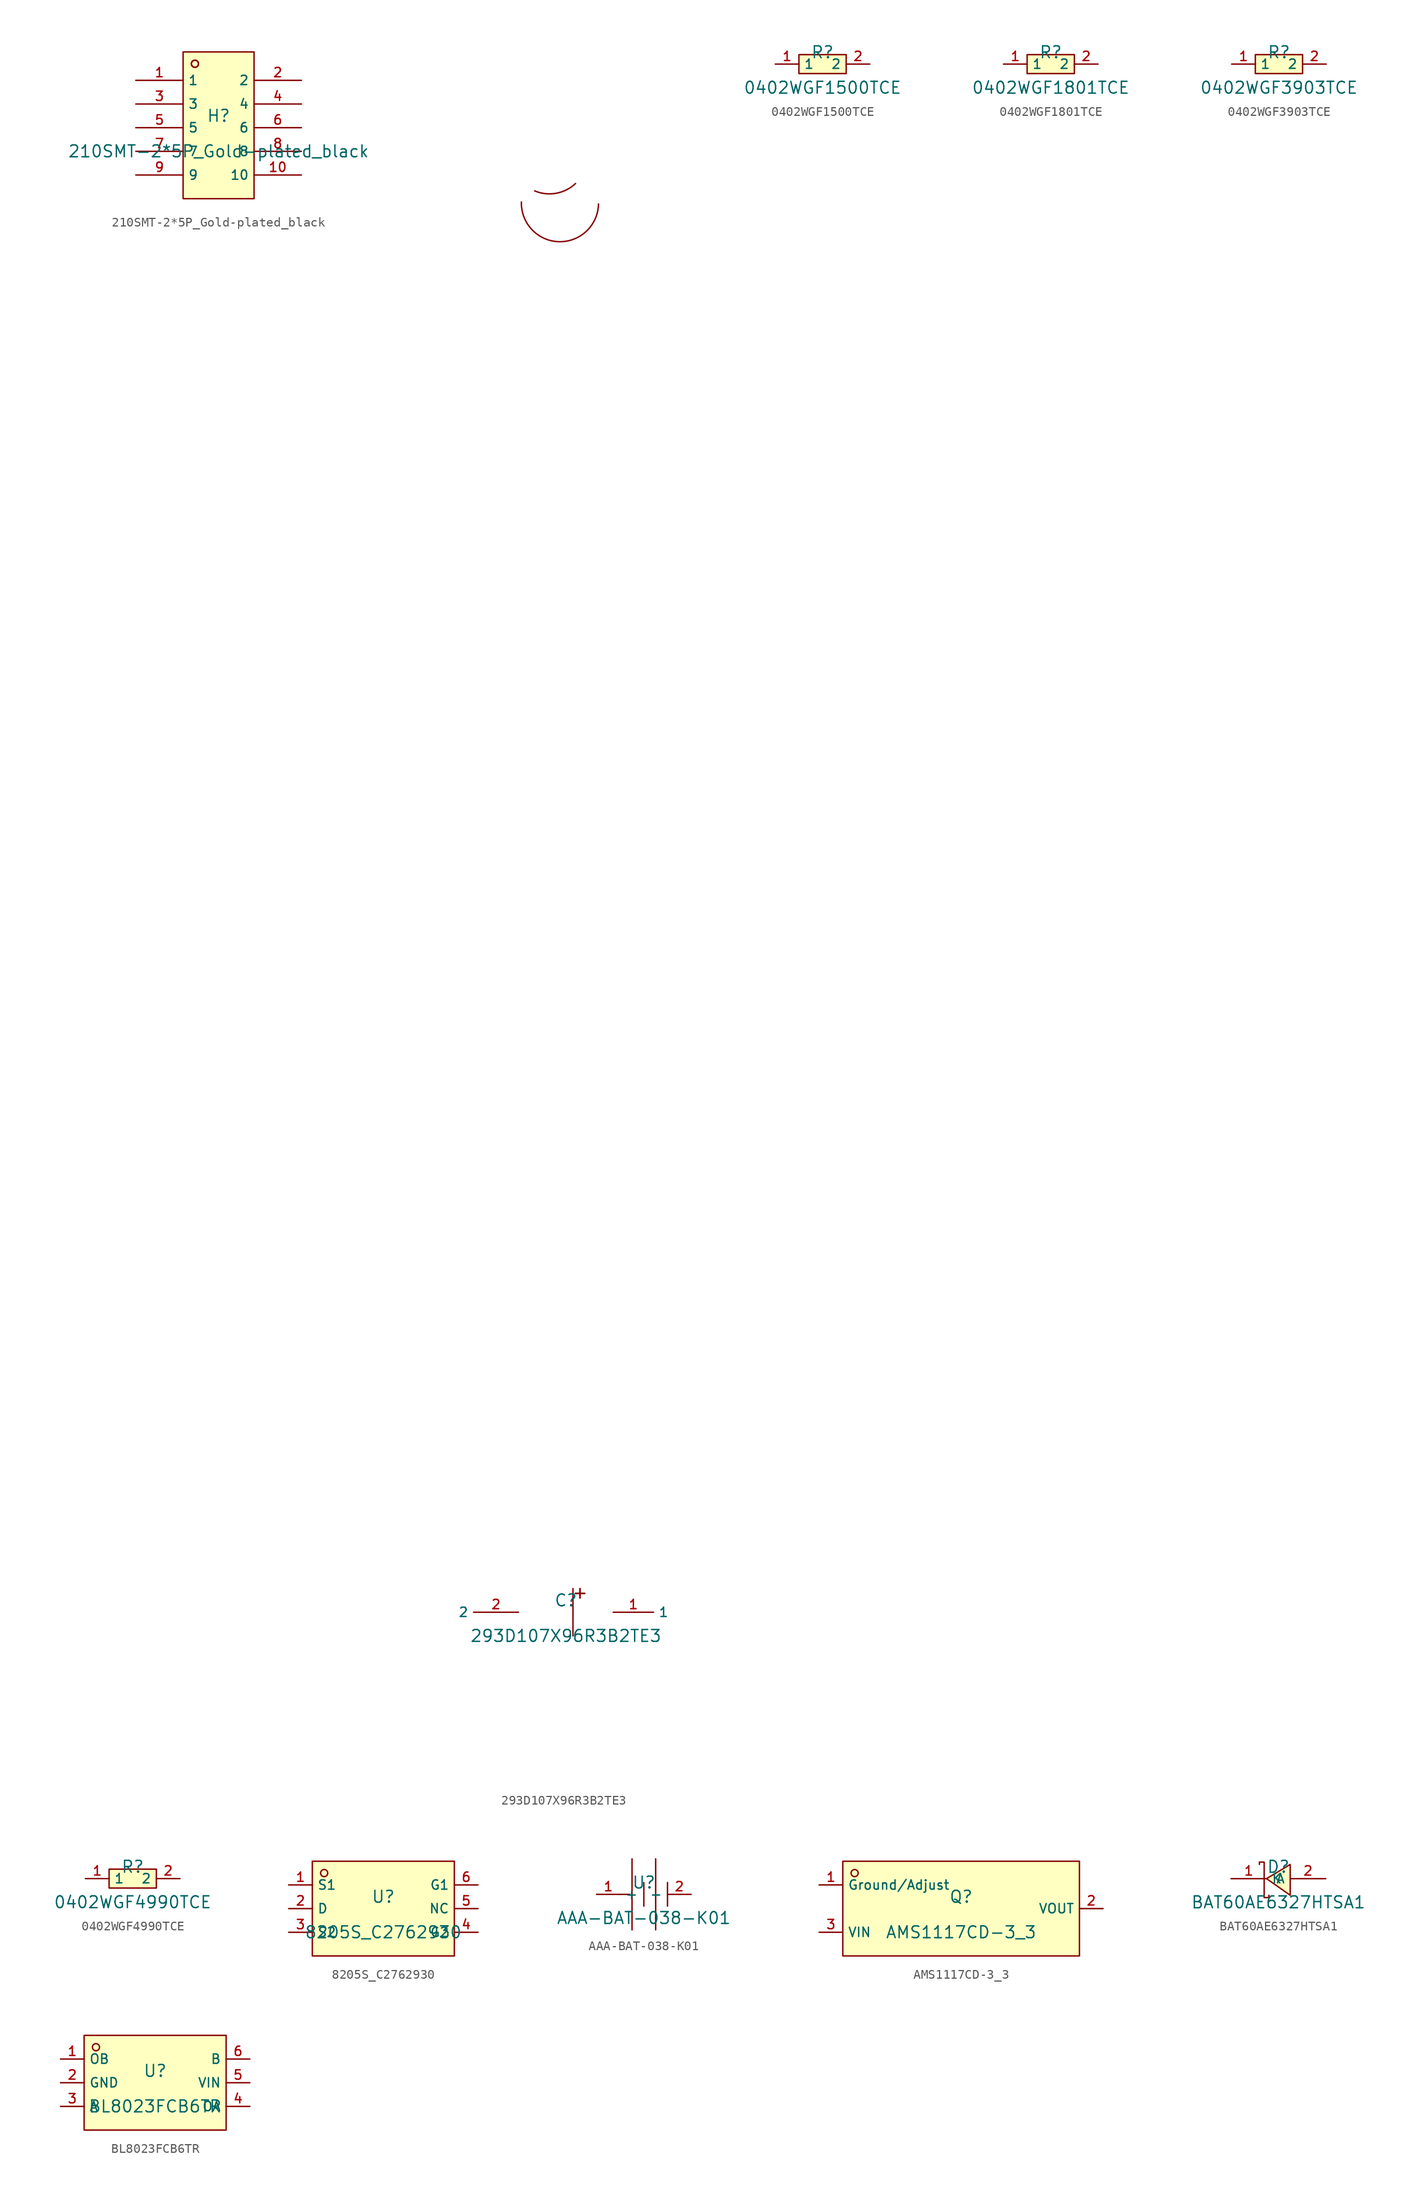
<source format=kicad_sym>
(kicad_symbol_lib
  (version 20231120)
  (generator "kicad_symbol_editor")
  (generator_version "8.0")
  (symbol "210SMT-2*5P_Gold-plated_black"
    (property "Reference" "H"
      (at 0 1.27 0)
      (effects (font (size 1.27 1.27))))
    (property "Value" "210SMT-2*5P_Gold-plated_black"
      (at 0 -2.54 0)
      (effects (font (size 1.27 1.27))))
    (symbol "210SMT-2*5P_Gold-plated_black_0_1"
      (circle (center -2.54 6.858) (radius 0.381) (stroke (width 0) (type default) (color 0 0 0 0)) (fill (type background)))
      (rectangle (start -3.81 8.128) (end 3.81 -7.62) (stroke (width 0) (type default) (color 0 0 0 0)) (fill (type background)))
      (circle (center -2.54 6.858) (radius 0.381) (stroke (width 0) (type default) (color 0 0 0 0)) (fill (type background)))
      (pin unspecified line (at -8.89 5.08 0) (length 5.08) (name "1" (effects (font (size 1 1)))) (number "1" (effects (font (size 1 1)))))
      (pin unspecified line (at 8.89 5.08 180) (length 5.08) (name "2" (effects (font (size 1 1)))) (number "2" (effects (font (size 1 1)))))
      (pin unspecified line (at -8.89 2.54 0) (length 5.08) (name "3" (effects (font (size 1 1)))) (number "3" (effects (font (size 1 1)))))
      (pin unspecified line (at 8.89 2.54 180) (length 5.08) (name "4" (effects (font (size 1 1)))) (number "4" (effects (font (size 1 1)))))
      (pin unspecified line (at -8.89 -0.0 0) (length 5.08) (name "5" (effects (font (size 1 1)))) (number "5" (effects (font (size 1 1)))))
      (pin unspecified line (at 8.89 -0.0 180) (length 5.08) (name "6" (effects (font (size 1 1)))) (number "6" (effects (font (size 1 1)))))
      (pin unspecified line (at -8.89 -2.54 0) (length 5.08) (name "7" (effects (font (size 1 1)))) (number "7" (effects (font (size 1 1)))))
      (pin unspecified line (at 8.89 -2.54 180) (length 5.08) (name "8" (effects (font (size 1 1)))) (number "8" (effects (font (size 1 1)))))
      (pin unspecified line (at -8.89 -5.08 0) (length 5.08) (name "9" (effects (font (size 1 1)))) (number "9" (effects (font (size 1 1)))))
      (pin unspecified line (at 8.89 -5.08 180) (length 5.08) (name "10" (effects (font (size 1 1)))) (number "10" (effects (font (size 1 1)))))))
  (symbol "293D107X96R3B2TE3"
    (property "Reference" "C"
      (at 0 1.27 0)
      (effects (font (size 1.27 1.27))))
    (property "Value" "293D107X96R3B2TE3"
      (at 0 -2.54 0)
      (effects (font (size 1.27 1.27))))
    (symbol "293D107X96R3B2TE3_0_1"
      (arc (start -4.7717 151.2362) (mid -0.7408 146.9935) (end 3.5017 151.0244) (stroke (width 0) (type default)) (fill (type none)))
      (arc (start -3.3438 152.4214) (mid -1.0343 152.1692) (end 1.0392 153.217) (stroke (width 0) (type default)) (fill (type none)))
      (polyline (pts (xy 0.762 2.54) (xy 0.762 -2.54)) (stroke (width 0) (type default)) (fill (type none)))
      (rectangle (start 1.016 2.032) (end 2.032 2.007) (stroke (width 0) (type default)) (fill (type background)))
      (rectangle (start 1.499 2.54) (end 1.524 1.524) (stroke (width 0) (type default)) (fill (type background)))
      (pin unspecified line (at 5.08 0 0) (length 4.318) (name "1" (effects (font (size 1 1)))) (number "1" (effects (font (size 1 1)))))
      (pin unspecified line (at -5.08 0 180) (length 4.826) (name "2" (effects (font (size 1 1)))) (number "2" (effects (font (size 1 1)))))))
  (symbol "0402WGF1500TCE"
    (property "Reference" "R"
      (at 0 1.27 0)
      (effects (font (size 1.27 1.27))))
    (property "Value" "0402WGF1500TCE"
      (at 0 -2.54 0)
      (effects (font (size 1.27 1.27))))
    (symbol "0402WGF1500TCE_0_1"
      (pin input line (at 5.08 -0.0 180) (length 2.54) (name "2" (effects (font (size 1 1)))) (number "2" (effects (font (size 1 1)))))
      (pin input line (at -5.08 -0.0 0) (length 2.54) (name "1" (effects (font (size 1 1)))) (number "1" (effects (font (size 1 1)))))
      (rectangle (start -2.54 1.016) (end 2.54 -1.016) (stroke (width 0) (type default) (color 0 0 0 0)) (fill (type background)))))
  (symbol "0402WGF1801TCE"
    (property "Reference" "R"
      (at 0 1.27 0)
      (effects (font (size 1.27 1.27))))
    (property "Value" "0402WGF1801TCE"
      (at 0 -2.54 0)
      (effects (font (size 1.27 1.27))))
    (symbol "0402WGF1801TCE_0_1"
      (rectangle (start -2.54 1.016) (end 2.54 -1.016) (stroke (width 0) (type default)) (fill (type background)))
      (pin input line (at -5.08 0 0) (length 2.54) (name "1" (effects (font (size 1 1)))) (number "1" (effects (font (size 1 1)))))
      (pin input line (at 5.08 0 180) (length 2.54) (name "2" (effects (font (size 1 1)))) (number "2" (effects (font (size 1 1)))))))
  (symbol "0402WGF3903TCE"
    (property "Reference" "R"
      (at 0 1.27 0)
      (effects (font (size 1.27 1.27))))
    (property "Value" "0402WGF3903TCE"
      (at 0 -2.54 0)
      (effects (font (size 1.27 1.27))))
    (symbol "0402WGF3903TCE_0_1"
      (rectangle (start -2.54 1.016) (end 2.54 -1.016) (stroke (width 0) (type default)) (fill (type background)))
      (pin input line (at -5.08 0 0) (length 2.54) (name "1" (effects (font (size 1 1)))) (number "1" (effects (font (size 1 1)))))
      (pin input line (at 5.08 0 180) (length 2.54) (name "2" (effects (font (size 1 1)))) (number "2" (effects (font (size 1 1)))))))
  (symbol "0402WGF4990TCE"
    (property "Reference" "R"
      (at 0 1.27 0)
      (effects (font (size 1.27 1.27))))
    (property "Value" "0402WGF4990TCE"
      (at 0 -2.54 0)
      (effects (font (size 1.27 1.27))))
    (symbol "0402WGF4990TCE_0_1"
      (rectangle (start -2.54 1.016) (end 2.54 -1.016) (stroke (width 0) (type default)) (fill (type background)))
      (pin input line (at -5.08 0 0) (length 2.54) (name "1" (effects (font (size 1 1)))) (number "1" (effects (font (size 1 1)))))
      (pin input line (at 5.08 0 180) (length 2.54) (name "2" (effects (font (size 1 1)))) (number "2" (effects (font (size 1 1)))))))
  (symbol "8205S_C2762930"
    (property "Reference" "U"
      (at 0 1.27 0)
      (effects (font (size 1.27 1.27))))
    (property "Value" "8205S_C2762930"
      (at 0 -2.54 0)
      (effects (font (size 1.27 1.27))))
    (symbol "8205S_C2762930_0_1"
      (rectangle (start -7.62 5.08) (end 7.62 -5.08) (stroke (width 0) (type default)) (fill (type background)))
      (circle (center -6.35 3.81) (radius 0.381) (stroke (width 0) (type default)) (fill (type background)))
      (pin unspecified line (at -10.16 2.54 0) (length 2.54) (name "S1" (effects (font (size 1 1)))) (number "1" (effects (font (size 1 1)))))
      (pin unspecified line (at -10.16 0 0) (length 2.54) (name "D" (effects (font (size 1 1)))) (number "2" (effects (font (size 1 1)))))
      (pin unspecified line (at -10.16 -2.54 0) (length 2.54) (name "S2" (effects (font (size 1 1)))) (number "3" (effects (font (size 1 1)))))
      (pin unspecified line (at 10.16 -2.54 180) (length 2.54) (name "G2" (effects (font (size 1 1)))) (number "4" (effects (font (size 1 1)))))
      (pin unspecified line (at 10.16 0 180) (length 2.54) (name "NC" (effects (font (size 1 1)))) (number "5" (effects (font (size 1 1)))))
      (pin unspecified line (at 10.16 2.54 180) (length 2.54) (name "G1" (effects (font (size 1 1)))) (number "6" (effects (font (size 1 1)))))))
  (symbol "AAA-BAT-038-K01"
    (property "Reference" "U"
      (at 0 1.27 0)
      (effects (font (size 1.27 1.27))))
    (property "Value" "AAA-BAT-038-K01"
      (at 0 -2.54 0)
      (effects (font (size 1.27 1.27))))
    (symbol "AAA-BAT-038-K01_0_1"
      (polyline (pts (xy -2.54 0) (xy -1.524 0)) (stroke (width 0) (type default)) (fill (type none)))
      (polyline (pts (xy -1.27 3.81) (xy -1.27 -3.81)) (stroke (width 0) (type default)) (fill (type none)))
      (polyline (pts (xy 0 1.27) (xy 0 -1.27)) (stroke (width 0) (type default)) (fill (type none)))
      (polyline (pts (xy 1.27 3.81) (xy 1.27 -3.81)) (stroke (width 0) (type default)) (fill (type none)))
      (polyline (pts (xy 2.54 1.27) (xy 2.54 -1.27)) (stroke (width 0) (type default)) (fill (type none)))
      (pin power_in line (at -5.08 0 0) (length 2.54) (name "+" (effects (font (size 1 1)))) (number "1" (effects (font (size 1 1)))))
      (pin power_in line (at 5.08 0 180) (length 2.54) (name "-" (effects (font (size 1 1)))) (number "2" (effects (font (size 1 1)))))))
  (symbol "AMS1117CD-3_3"
    (property "Reference" "Q"
      (at 0 1.27 0)
      (effects (font (size 1.27 1.27))))
    (property "Value" "AMS1117CD-3_3"
      (at 0 -2.54 0)
      (effects (font (size 1.27 1.27))))
    (symbol "AMS1117CD-3_3_0_1"
      (rectangle (start -12.7 5.08) (end 12.7 -5.08) (stroke (width 0) (type default)) (fill (type background)))
      (circle (center -11.43 3.81) (radius 0.381) (stroke (width 0) (type default)) (fill (type background)))
      (pin power_in line (at -15.24 2.54 0) (length 2.54) (name "Ground/Adjust" (effects (font (size 1 1)))) (number "1" (effects (font (size 1 1)))))
      (pin power_out line (at 15.24 0 180) (length 2.54) (name "VOUT" (effects (font (size 1 1)))) (number "2" (effects (font (size 1 1)))))
      (pin power_in line (at -15.24 -2.54 0) (length 2.54) (name "VIN" (effects (font (size 1 1)))) (number "3" (effects (font (size 1 1)))))))
  (symbol "BAT60AE6327HTSA1"
    (property "Reference" "D"
      (at 0 1.27 0)
      (effects (font (size 1.27 1.27))))
    (property "Value" "BAT60AE6327HTSA1"
      (at 0 -2.54 0)
      (effects (font (size 1.27 1.27))))
    (symbol "BAT60AE6327HTSA1_0_1"
      (polyline (pts (xy 1.27 1.524) (xy -1.27 0) (xy 1.27 -1.778) (xy 1.27 1.524)) (stroke (width 0) (type default)) (fill (type background)))
      (polyline (pts (xy -2.032 1.524) (xy -2.032 1.778) (xy -1.524 1.778) (xy -1.524 -2.032) (xy -1.016 -2.032) (xy -1.016 -1.778)) (stroke (width 0) (type default)) (fill (type none)))
      (pin unspecified line (at -5.08 0 0) (length 3.81) (name "K" (effects (font (size 1 1)))) (number "1" (effects (font (size 1 1)))))
      (pin unspecified line (at 5.08 0 180) (length 3.81) (name "A" (effects (font (size 1 1)))) (number "2" (effects (font (size 1 1)))))))
  (symbol "BL8023FCB6TR"
    (property "Reference" "U"
      (at 0 1.27 0)
      (effects (font (size 1.27 1.27))))
    (property "Value" "BL8023FCB6TR"
      (at 0 -2.54 0)
      (effects (font (size 1.27 1.27))))
    (symbol "BL8023FCB6TR_0_1"
      (rectangle (start -7.62 5.08) (end 7.62 -5.08) (stroke (width 0) (type default)) (fill (type background)))
      (circle (center -6.35 3.81) (radius 0.381) (stroke (width 0) (type default)) (fill (type background)))
      (pin unspecified line (at -10.16 2.54 0) (length 2.54) (name "OB" (effects (font (size 1 1)))) (number "1" (effects (font (size 1 1)))))
      (pin unspecified line (at -10.16 0 0) (length 2.54) (name "GND" (effects (font (size 1 1)))) (number "2" (effects (font (size 1 1)))))
      (pin unspecified line (at -10.16 -2.54 0) (length 2.54) (name "A" (effects (font (size 1 1)))) (number "3" (effects (font (size 1 1)))))
      (pin unspecified line (at 10.16 -2.54 180) (length 2.54) (name "OA" (effects (font (size 1 1)))) (number "4" (effects (font (size 1 1)))))
      (pin unspecified line (at 10.16 0 180) (length 2.54) (name "VIN" (effects (font (size 1 1)))) (number "5" (effects (font (size 1 1)))))
      (pin unspecified line (at 10.16 2.54 180) (length 2.54) (name "B" (effects (font (size 1 1)))) (number "6" (effects (font (size 1 1))))))))
</source>
